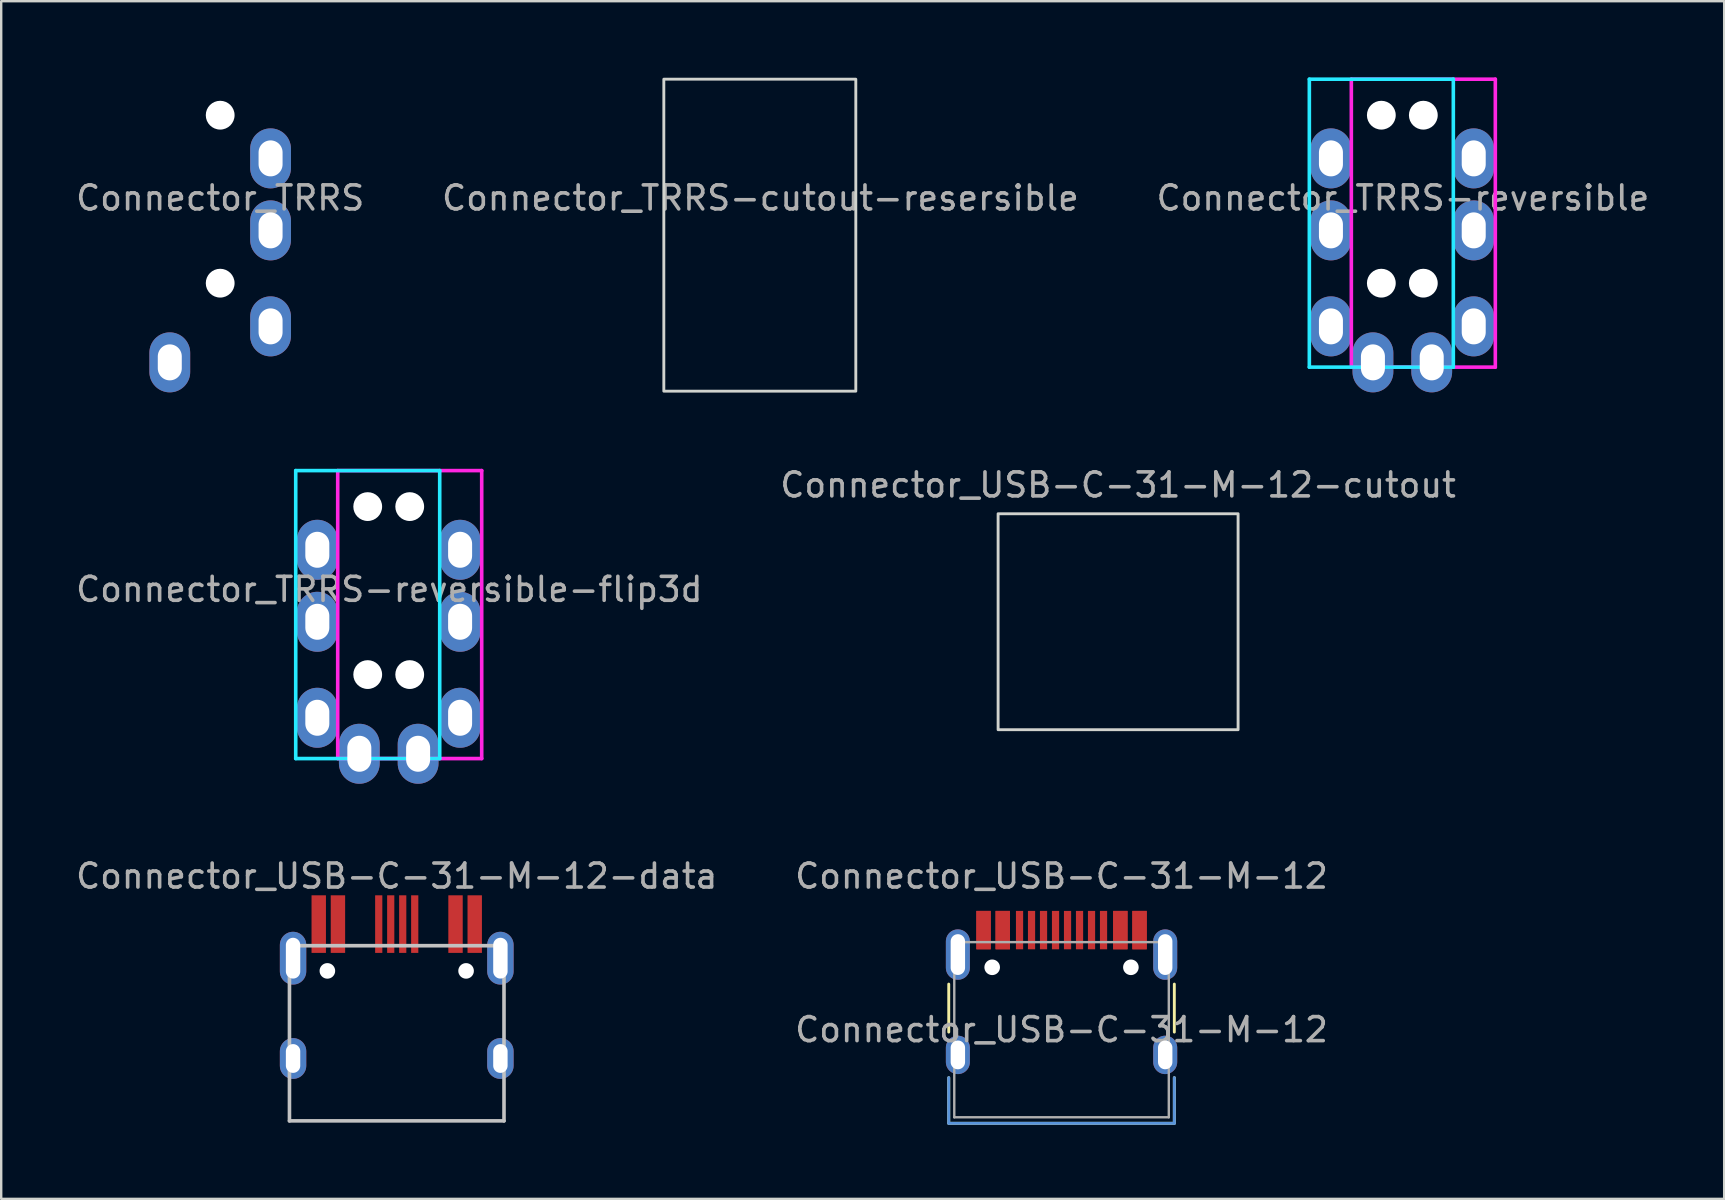
<source format=kicad_pcb>
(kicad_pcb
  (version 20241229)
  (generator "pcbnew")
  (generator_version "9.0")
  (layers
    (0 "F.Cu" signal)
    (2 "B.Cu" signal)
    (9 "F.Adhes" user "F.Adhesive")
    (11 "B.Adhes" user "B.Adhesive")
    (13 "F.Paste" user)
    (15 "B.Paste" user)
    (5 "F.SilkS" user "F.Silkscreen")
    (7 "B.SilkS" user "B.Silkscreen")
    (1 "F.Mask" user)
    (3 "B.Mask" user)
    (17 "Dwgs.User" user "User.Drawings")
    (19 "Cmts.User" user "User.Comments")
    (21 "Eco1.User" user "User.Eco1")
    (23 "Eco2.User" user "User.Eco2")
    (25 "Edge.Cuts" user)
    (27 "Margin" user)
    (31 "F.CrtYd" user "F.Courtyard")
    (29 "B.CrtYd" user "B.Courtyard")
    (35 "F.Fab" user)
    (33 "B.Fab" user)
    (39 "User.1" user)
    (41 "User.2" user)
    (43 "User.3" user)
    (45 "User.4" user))
  (footprint "Connector_USB-C-31-M-12-data"
    (layer "F.Cu")
    (at 13.482 43.658)
    (property "Reference" "Connector_USB-C-31-M-12-data" (at 0 -10.2 0) (layer "F.Fab") (effects (font (size 1 1) (thickness 0.15))))
    (attr through_hole)
    (fp_line (start -4.47 -7.3) (end 4.47 -7.3) (stroke (width 0.15) (type solid)) (layer "Dwgs.User"))
    (fp_line (start -4.47 0) (end -4.47 -7.3) (stroke (width 0.15) (type solid)) (layer "Dwgs.User"))
    (fp_line (start -4.47 0) (end 4.47 0) (stroke (width 0.15) (type solid)) (layer "Dwgs.User"))
    (fp_line (start 4.47 0) (end 4.47 -7.3) (stroke (width 0.15) (type solid)) (layer "Dwgs.User"))
    (pad "" np_thru_hole circle (at -2.89 -6.25) (size 0.65 0.65) (drill 0.65) (layers "*.Cu" "*.Mask"))
    (pad "" np_thru_hole circle (at 2.89 -6.25) (size 0.65 0.65) (drill 0.65) (layers "*.Cu" "*.Mask"))
    (pad "1" smd custom (at -3.25 -9.1) (size 0.6 0.6) (layers "F.Cu" "F.Mask" "F.Paste") (options (anchor rect)) (primitives (gr_poly (pts (xy -0.3 0.3) (xy -0.3 2.1) (xy 0.3 2.1) (xy 0.3 0.3)) (width 0) (fill yes))))
    (pad "2" smd custom (at -2.45 -9.1) (size 0.6 0.6) (layers "F.Cu" "F.Mask" "F.Paste") (options (anchor rect)) (primitives (gr_poly (pts (xy -0.3 0.3) (xy -0.3 2.1) (xy 0.3 2.1) (xy 0.3 0.3)) (width 0) (fill yes))))
    (pad "5" smd custom (at -0.75 -9.1) (size 0.3 0.6) (layers "F.Cu" "F.Mask" "F.Paste") (options (anchor rect)) (primitives (gr_poly (pts (xy -0.15 0.3) (xy -0.15 2.1) (xy 0.15 2.1) (xy 0.15 0.3)) (width 0) (fill yes))))
    (pad "6" smd custom (at -0.25 -9.1) (size 0.3 0.6) (layers "F.Cu" "F.Mask" "F.Paste") (options (anchor rect)) (primitives (gr_poly (pts (xy -0.15 0.3) (xy -0.15 2.1) (xy 0.15 2.1) (xy 0.15 0.3)) (width 0) (fill yes))))
    (pad "7" smd custom (at 0.25 -9.1) (size 0.3 0.6) (layers "F.Cu" "F.Mask" "F.Paste") (options (anchor rect)) (primitives (gr_poly (pts (xy -0.15 0.3) (xy -0.15 2.1) (xy 0.15 2.1) (xy 0.15 0.3)) (width 0) (fill yes))))
    (pad "8" smd custom (at 0.75 -9.1) (size 0.3 0.6) (layers "F.Cu" "F.Mask" "F.Paste") (options (anchor rect)) (primitives (gr_poly (pts (xy -0.15 0.3) (xy -0.15 2.1) (xy 0.15 2.1) (xy 0.15 0.3)) (width 0) (fill yes))))
    (pad "11" smd custom (at 2.45 -9.1) (size 0.6 0.6) (layers "F.Cu" "F.Mask" "F.Paste") (options (anchor rect)) (primitives (gr_poly (pts (xy -0.3 0.3) (xy -0.3 2.1) (xy 0.3 2.1) (xy 0.3 0.3)) (width 0) (fill yes))))
    (pad "12" smd custom (at 3.25 -9.1) (size 0.6 0.6) (layers "F.Cu" "F.Mask" "F.Paste") (options (anchor rect)) (primitives (gr_poly (pts (xy -0.3 0.3) (xy -0.3 2.1) (xy 0.3 2.1) (xy 0.3 0.3)) (width 0) (fill yes))))
    (pad "13" thru_hole oval (at -4.32 -6.78) (size 1.1 2.2) (drill oval 0.6 1.7) (layers "*.Cu" "*.Mask"))
    (pad "13" thru_hole oval (at -4.32 -2.6) (size 1.1 1.7) (drill oval 0.6 1.2) (layers "*.Cu" "*.Mask"))
    (pad "13" thru_hole oval (at 4.32 -6.78) (size 1.1 2.2) (drill oval 0.6 1.7) (layers "*.Cu" "*.Mask"))
    (pad "13" thru_hole oval (at 4.32 -2.6) (size 1.1 1.7) (drill oval 0.6 1.2) (layers "*.Cu" "*.Mask")))
  (footprint "Connector_TRRS"
    (layer "F.Cu")
    (at 6.125 0.25)
    (property "Reference" "Connector_TRRS" (at 0 4.95 0) (layer "F.Fab") (effects (font (size 1 1) (thickness 0.15))))
    (attr through_hole)
    (fp_line (start -2.9 0.15) (end 2.9 0.15) (stroke (width 0.15) (type solid)) (layer "Eco2.User"))
    (fp_line (start -2.9 11.9) (end -2.9 0.15) (stroke (width 0.15) (type solid)) (layer "Eco2.User"))
    (fp_line (start 2.9 0.15) (end 2.9 11.9) (stroke (width 0.15) (type solid)) (layer "Eco2.User"))
    (fp_line (start 2.9 11.9) (end -2.9 11.9) (stroke (width 0.15) (type solid)) (layer "Eco2.User"))
    (pad "" np_thru_hole circle (at 0 1.5) (size 1.2 1.2) (drill 1.2) (layers "*.Cu" "*.Mask"))
    (pad "" np_thru_hole circle (at 0 8.5) (size 1.2 1.2) (drill 1.2) (layers "*.Cu" "*.Mask"))
    (pad "A" thru_hole oval (at -2.1 11.8) (size 1.7 2.5) (drill oval 1 1.5) (layers "*.Cu" "B.Mask"))
    (pad "B" thru_hole oval (at 2.1 3.3) (size 1.7 2.5) (drill oval 1 1.5) (layers "*.Cu" "B.Mask"))
    (pad "C" thru_hole oval (at 2.1 6.3) (size 1.7 2.5) (drill oval 1 1.5) (layers "*.Cu" "B.Mask"))
    (pad "D" thru_hole oval (at 2.1 10.3) (size 1.7 2.5) (drill oval 1 1.5) (layers "*.Cu" "B.Mask")))
  (footprint "Connector_USB-C-31-M-12-cutout"
    (layer "F.Cu")
    (at 43.542 27.358)
    (property "Reference" "Connector_USB-C-31-M-12-cutout" (at 0 -10.2 0) (layer "F.Fab") (effects (font (size 1 1) (thickness 0.15))))
    (attr through_hole)
    (fp_rect (start -5 -9) (end 5 0) (stroke (width 0.12) (type solid)) (fill no) (layer "Edge.Cuts")))
  (footprint "Connector_TRRS-reversible-flip3d"
    (layer "F.Cu")
    (at 13.148 16.56)
    (property "Reference" "Connector_TRRS-reversible-flip3d" (at 0.025 4.95 0) (layer "F.Fab") (effects (font (size 1 1) (thickness 0.15))))
    (attr through_hole)
    (fp_line (start -3.875 0) (end 2.125 0) (stroke (width 0.15) (type solid)) (layer "B.CrtYd"))
    (fp_line (start -3.875 12) (end -3.875 0) (stroke (width 0.15) (type solid)) (layer "B.CrtYd"))
    (fp_line (start 2.125 0) (end 2.125 12) (stroke (width 0.15) (type solid)) (layer "B.CrtYd"))
    (fp_line (start 2.125 12) (end -3.875 12) (stroke (width 0.15) (type solid)) (layer "B.CrtYd"))
    (fp_line (start -2.125 0) (end 3.875 0) (stroke (width 0.15) (type solid)) (layer "F.CrtYd"))
    (fp_line (start -2.125 12) (end -2.125 0) (stroke (width 0.15) (type solid)) (layer "F.CrtYd"))
    (fp_line (start 3.875 0) (end 3.875 12) (stroke (width 0.15) (type solid)) (layer "F.CrtYd"))
    (fp_line (start 3.875 12) (end -2.125 12) (stroke (width 0.15) (type solid)) (layer "F.CrtYd"))
    (pad "" np_thru_hole circle (at -0.875 1.5) (size 1.2 1.2) (drill 1.2) (layers "*.Cu" "*.Mask"))
    (pad "" np_thru_hole circle (at -0.875 8.5) (size 1.2 1.2) (drill 1.2) (layers "*.Cu" "*.Mask"))
    (pad "" np_thru_hole circle (at 0.875 1.5) (size 1.2 1.2) (drill 1.2) (layers "*.Cu" "*.Mask"))
    (pad "" np_thru_hole circle (at 0.875 8.5) (size 1.2 1.2) (drill 1.2) (layers "*.Cu" "*.Mask"))
    (pad "R1" thru_hole oval (at -2.975 6.3) (size 1.7 2.5) (drill oval 1 1.5) (layers "*.Cu" "F.Mask"))
    (pad "R1" thru_hole oval (at 2.975 6.3) (size 1.7 2.5) (drill oval 1 1.5) (layers "*.Cu" "B.Mask"))
    (pad "R2" thru_hole oval (at -2.975 3.3) (size 1.7 2.5) (drill oval 1 1.5) (layers "*.Cu" "F.Mask"))
    (pad "R2" thru_hole oval (at 2.975 3.3 180) (size 1.7 2.5) (drill oval 1 1.5) (layers "*.Cu" "B.Mask"))
    (pad "S" thru_hole oval (at -1.225 11.8) (size 1.7 2.5) (drill oval 1 1.5) (layers "*.Cu" "B.Mask"))
    (pad "S" thru_hole oval (at 1.225 11.8) (size 1.7 2.5) (drill oval 1 1.5) (layers "*.Cu" "F.Mask"))
    (pad "T" thru_hole oval (at -2.975 10.3) (size 1.7 2.5) (drill oval 1 1.5) (layers "*.Cu" "F.Mask"))
    (pad "T" thru_hole oval (at 2.975 10.3) (size 1.7 2.5) (drill oval 1 1.5) (layers "*.Cu" "B.Mask")))
  (footprint "Connector_TRRS-cutout-resersible"
    (layer "F.Cu")
    (at 28.612 0.25)
    (property "Reference" "Connector_TRRS-cutout-resersible" (at 0.025 4.95 0) (layer "F.Fab") (effects (font (size 1 1) (thickness 0.15))))
    (attr through_hole)
    (fp_rect (start -4 0) (end 4 13) (stroke (width 0.12) (type solid)) (fill no) (layer "Edge.Cuts")))
  (footprint "Connector_TRRS-reversible"
    (layer "F.Cu")
    (at 55.386 0.25)
    (property "Reference" "Connector_TRRS-reversible" (at 0.025 4.95 0) (layer "F.Fab") (effects (font (size 1 1) (thickness 0.15))))
    (attr through_hole)
    (fp_line (start -3.875 0) (end 2.125 0) (stroke (width 0.15) (type solid)) (layer "B.CrtYd"))
    (fp_line (start -3.875 12) (end -3.875 0) (stroke (width 0.15) (type solid)) (layer "B.CrtYd"))
    (fp_line (start 2.125 0) (end 2.125 12) (stroke (width 0.15) (type solid)) (layer "B.CrtYd"))
    (fp_line (start 2.125 12) (end -3.875 12) (stroke (width 0.15) (type solid)) (layer "B.CrtYd"))
    (fp_line (start -2.125 0) (end 3.875 0) (stroke (width 0.15) (type solid)) (layer "F.CrtYd"))
    (fp_line (start -2.125 12) (end -2.125 0) (stroke (width 0.15) (type solid)) (layer "F.CrtYd"))
    (fp_line (start 3.875 0) (end 3.875 12) (stroke (width 0.15) (type solid)) (layer "F.CrtYd"))
    (fp_line (start 3.875 12) (end -2.125 12) (stroke (width 0.15) (type solid)) (layer "F.CrtYd"))
    (pad "" np_thru_hole circle (at -0.875 1.5) (size 1.2 1.2) (drill 1.2) (layers "*.Cu" "*.Mask"))
    (pad "" np_thru_hole circle (at -0.875 8.5) (size 1.2 1.2) (drill 1.2) (layers "*.Cu" "*.Mask"))
    (pad "" np_thru_hole circle (at 0.875 1.5) (size 1.2 1.2) (drill 1.2) (layers "*.Cu" "*.Mask"))
    (pad "" np_thru_hole circle (at 0.875 8.5) (size 1.2 1.2) (drill 1.2) (layers "*.Cu" "*.Mask"))
    (pad "R1" thru_hole oval (at -2.975 6.3) (size 1.7 2.5) (drill oval 1 1.5) (layers "*.Cu" "F.Mask"))
    (pad "R1" thru_hole oval (at 2.975 6.3) (size 1.7 2.5) (drill oval 1 1.5) (layers "*.Cu" "B.Mask"))
    (pad "R2" thru_hole oval (at -2.975 3.3) (size 1.7 2.5) (drill oval 1 1.5) (layers "*.Cu" "F.Mask"))
    (pad "R2" thru_hole oval (at 2.975 3.3 180) (size 1.7 2.5) (drill oval 1 1.5) (layers "*.Cu" "B.Mask"))
    (pad "S" thru_hole oval (at -1.225 11.8) (size 1.7 2.5) (drill oval 1 1.5) (layers "*.Cu" "B.Mask"))
    (pad "S" thru_hole oval (at 1.225 11.8) (size 1.7 2.5) (drill oval 1 1.5) (layers "*.Cu" "F.Mask"))
    (pad "T" thru_hole oval (at -2.975 10.3) (size 1.7 2.5) (drill oval 1 1.5) (layers "*.Cu" "F.Mask"))
    (pad "T" thru_hole oval (at 2.975 10.3) (size 1.7 2.5) (drill oval 1 1.5) (layers "*.Cu" "B.Mask")))
  (footprint "Connector_USB-C-31-M-12"
    (layer "F.Cu")
    (at 41.185 43.558)
    (property "Reference" "Connector_USB-C-31-M-12" (at 0 -10.1 0) (layer "F.Fab") (effects (font (size 1 1) (thickness 0.15))))
    (attr through_hole)
    (fp_line (start -4.7 -5.6) (end -4.7 -3.6) (stroke (width 0.12) (type solid)) (layer "F.SilkS"))
    (fp_line (start -4.7 -1.7) (end -4.7 0.2) (stroke (width 0.12) (type solid)) (layer "F.SilkS"))
    (fp_line (start -4.7 0.2) (end 4.7 0.2) (stroke (width 0.12) (type solid)) (layer "F.SilkS"))
    (fp_line (start 4.7 -5.6) (end 4.7 -3.6) (stroke (width 0.12) (type solid)) (layer "F.SilkS"))
    (fp_line (start 4.7 -1.7) (end 4.7 0.2) (stroke (width 0.12) (type solid)) (layer "F.SilkS"))
    (fp_line (start -4.7 -1.7) (end -4.7 0.2) (stroke (width 0.12) (type solid)) (layer "Cmts.User"))
    (fp_line (start -4.7 0.2) (end 4.7 0.2) (stroke (width 0.12) (type solid)) (layer "Cmts.User"))
    (fp_line (start 4.7 -1.7) (end 4.7 0.2) (stroke (width 0.12) (type solid)) (layer "Cmts.User"))
    (fp_line (start -4.47 -7.35) (end -4.47 -0.05) (stroke (width 0.1) (type solid)) (layer "F.Fab"))
    (fp_line (start -4.47 -7.35) (end 4.47 -7.35) (stroke (width 0.1) (type solid)) (layer "F.Fab"))
    (fp_line (start -4.47 -0.05) (end 4.47 -0.05) (stroke (width 0.1) (type solid)) (layer "F.Fab"))
    (fp_line (start 4.47 -7.35) (end 4.47 -0.05) (stroke (width 0.1) (type solid)) (layer "F.Fab"))
    (fp_text user "${REFERENCE}" (at 0 -3.7 0) (layer "F.Fab") (effects (font (size 1 1) (thickness 0.15))))
    (pad "" np_thru_hole circle (at -2.89 -6.3) (size 0.65 0.65) (drill 0.65) (layers "*.Cu" "*.Mask"))
    (pad "" np_thru_hole circle (at 2.89 -6.3) (size 0.65 0.65) (drill 0.65) (layers "*.Cu" "*.Mask"))
    (pad "A1" smd rect (at -3.25 -7.85) (size 0.6 1.6) (layers "F.Cu" "F.Mask" "F.Paste"))
    (pad "A4" smd rect (at -2.45 -7.85) (size 0.6 1.6) (layers "F.Cu" "F.Mask" "F.Paste"))
    (pad "A5" smd rect (at -1.25 -7.85) (size 0.3 1.6) (layers "F.Cu" "F.Mask" "F.Paste"))
    (pad "A6" smd rect (at -0.25 -7.85) (size 0.3 1.6) (layers "F.Cu" "F.Mask" "F.Paste"))
    (pad "A7" smd rect (at 0.25 -7.85) (size 0.3 1.6) (layers "F.Cu" "F.Mask" "F.Paste"))
    (pad "A8" smd rect (at 1.25 -7.85) (size 0.3 1.6) (layers "F.Cu" "F.Mask" "F.Paste"))
    (pad "A9" smd rect (at 2.45 -7.85) (size 0.6 1.6) (layers "F.Cu" "F.Mask" "F.Paste"))
    (pad "A12" smd rect (at 3.25 -7.85) (size 0.6 1.6) (layers "F.Cu" "F.Mask" "F.Paste"))
    (pad "B1" smd rect (at 3.25 -7.85) (size 0.6 1.6) (layers "F.Cu" "F.Mask" "F.Paste"))
    (pad "B4" smd rect (at 2.45 -7.85) (size 0.6 1.6) (layers "F.Cu" "F.Mask" "F.Paste"))
    (pad "B5" smd rect (at 1.75 -7.85) (size 0.3 1.6) (layers "F.Cu" "F.Mask" "F.Paste"))
    (pad "B6" smd rect (at 0.75 -7.85) (size 0.3 1.6) (layers "F.Cu" "F.Mask" "F.Paste"))
    (pad "B7" smd rect (at -0.75 -7.85) (size 0.3 1.6) (layers "F.Cu" "F.Mask" "F.Paste"))
    (pad "B8" smd rect (at -1.75 -7.85) (size 0.3 1.6) (layers "F.Cu" "F.Mask" "F.Paste"))
    (pad "B9" smd rect (at -2.45 -7.85) (size 0.6 1.6) (layers "F.Cu" "F.Mask" "F.Paste"))
    (pad "B12" smd rect (at -3.25 -7.85) (size 0.6 1.6) (layers "F.Cu" "F.Mask" "F.Paste"))
    (pad "S1" thru_hole oval (at -4.32 -6.83) (size 1 2.1) (drill oval 0.6 1.7) (layers "*.Cu" "*.Mask"))
    (pad "S1" thru_hole oval (at -4.32 -2.65) (size 1 1.6) (drill oval 0.6 1.2) (layers "*.Cu" "*.Mask"))
    (pad "S1" thru_hole oval (at 4.32 -6.83) (size 1 2.1) (drill oval 0.6 1.7) (layers "*.Cu" "*.Mask"))
    (pad "S1" thru_hole oval (at 4.32 -2.65) (size 1 1.6) (drill oval 0.6 1.2) (layers "*.Cu" "*.Mask")))
  (gr_rect
    (start -3 -3)
    (end 68.798 46.908)
    (stroke (width 0.1) (type default))
    (fill no)
    (layer "Edge.Cuts")))
</source>
